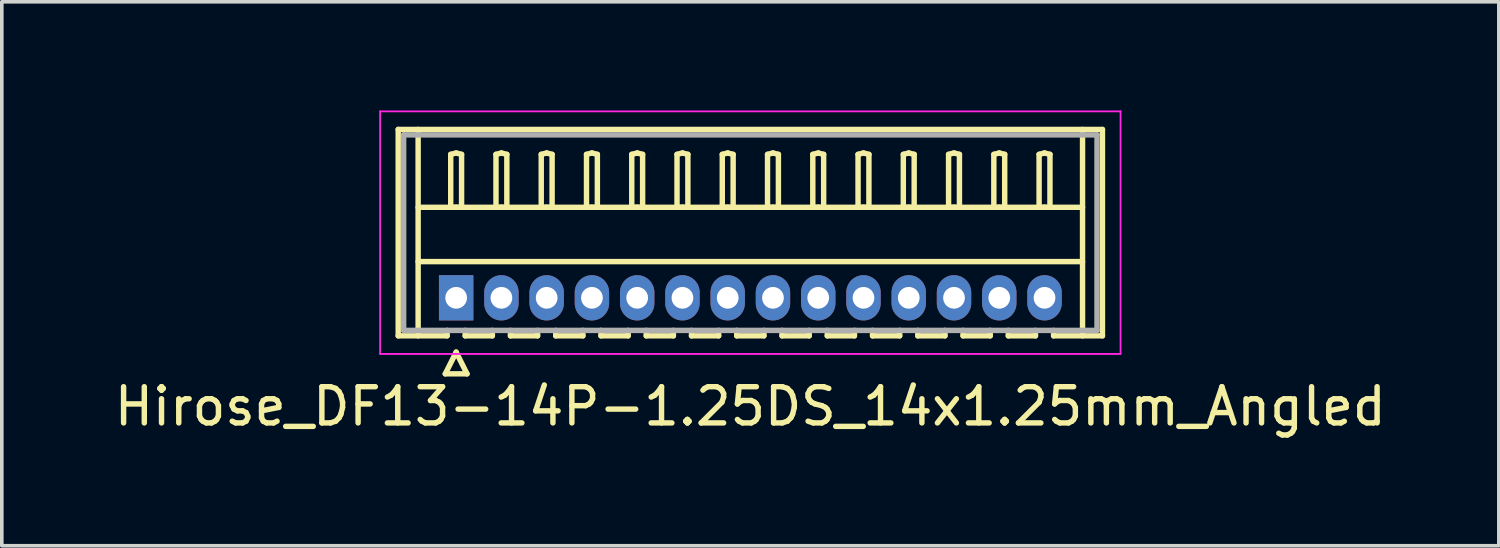
<source format=kicad_pcb>
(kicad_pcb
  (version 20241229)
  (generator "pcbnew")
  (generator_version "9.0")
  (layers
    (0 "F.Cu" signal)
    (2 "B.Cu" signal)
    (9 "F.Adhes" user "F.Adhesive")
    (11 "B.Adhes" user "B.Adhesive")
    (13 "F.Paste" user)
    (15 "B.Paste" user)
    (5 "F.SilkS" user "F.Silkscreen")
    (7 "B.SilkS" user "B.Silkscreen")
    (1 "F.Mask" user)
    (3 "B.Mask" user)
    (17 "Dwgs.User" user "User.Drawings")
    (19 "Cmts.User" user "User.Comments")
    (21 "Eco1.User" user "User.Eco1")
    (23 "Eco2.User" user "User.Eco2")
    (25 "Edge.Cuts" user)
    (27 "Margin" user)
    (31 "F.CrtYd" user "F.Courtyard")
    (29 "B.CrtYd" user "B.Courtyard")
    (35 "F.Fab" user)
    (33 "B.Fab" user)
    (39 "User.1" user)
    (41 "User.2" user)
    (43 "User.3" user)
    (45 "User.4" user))
  (footprint "Hirose_DF13-14P-1.25DS_14x1.25mm_Angled"
    (layer "F.Cu")
    (at 9.548 5.175)
    (property "Reference" "Hirose_DF13-14P-1.25DS_14x1.25mm_Angled" (at 8.125 3 0) (layer "F.SilkS") (effects (font (size 1 1) (thickness 0.15))))
    (attr through_hole)
    (fp_line (start -1.6 -4.65) (end 17.85 -4.65) (stroke (width 0.15) (type solid)) (layer "F.SilkS"))
    (fp_line (start -1.6 1.05) (end -1.6 -4.65) (stroke (width 0.15) (type solid)) (layer "F.SilkS"))
    (fp_line (start -1.05 -4.65) (end -1.05 1.05) (stroke (width 0.15) (type solid)) (layer "F.SilkS"))
    (fp_line (start -1.05 -2.5) (end 17.3 -2.5) (stroke (width 0.15) (type solid)) (layer "F.SilkS"))
    (fp_line (start -1.05 -1) (end 17.3 -1) (stroke (width 0.15) (type solid)) (layer "F.SilkS"))
    (fp_line (start -0.3 2.1) (end 0.3 2.1) (stroke (width 0.15) (type solid)) (layer "F.SilkS"))
    (fp_line (start -0.25 0.9) (end -0.25 1.05) (stroke (width 0.15) (type solid)) (layer "F.SilkS"))
    (fp_line (start -0.25 1.05) (end -1.6 1.05) (stroke (width 0.15) (type solid)) (layer "F.SilkS"))
    (fp_line (start -0.15 -3.962) (end 0 -4) (stroke (width 0.15) (type solid)) (layer "F.SilkS"))
    (fp_line (start -0.15 -2.5) (end -0.15 -3.962) (stroke (width 0.15) (type solid)) (layer "F.SilkS"))
    (fp_line (start 0 -4) (end 0.15 -3.962) (stroke (width 0.15) (type solid)) (layer "F.SilkS"))
    (fp_line (start 0 -2.5) (end -0.15 -2.5) (stroke (width 0.15) (type solid)) (layer "F.SilkS"))
    (fp_line (start 0 1.5) (end -0.3 2.1) (stroke (width 0.15) (type solid)) (layer "F.SilkS"))
    (fp_line (start 0.15 -3.962) (end 0.15 -2.5) (stroke (width 0.15) (type solid)) (layer "F.SilkS"))
    (fp_line (start 0.15 -2.5) (end 0 -2.5) (stroke (width 0.15) (type solid)) (layer "F.SilkS"))
    (fp_line (start 0.25 0.9) (end 0.25 1.05) (stroke (width 0.15) (type solid)) (layer "F.SilkS"))
    (fp_line (start 0.25 1.05) (end 1 1.05) (stroke (width 0.15) (type solid)) (layer "F.SilkS"))
    (fp_line (start 0.3 2.1) (end 0 1.5) (stroke (width 0.15) (type solid)) (layer "F.SilkS"))
    (fp_line (start 1 1.05) (end 1 0.9) (stroke (width 0.15) (type solid)) (layer "F.SilkS"))
    (fp_line (start 1.1 -3.962) (end 1.25 -4) (stroke (width 0.15) (type solid)) (layer "F.SilkS"))
    (fp_line (start 1.1 -2.5) (end 1.1 -3.962) (stroke (width 0.15) (type solid)) (layer "F.SilkS"))
    (fp_line (start 1.25 -4) (end 1.4 -3.962) (stroke (width 0.15) (type solid)) (layer "F.SilkS"))
    (fp_line (start 1.25 -2.5) (end 1.1 -2.5) (stroke (width 0.15) (type solid)) (layer "F.SilkS"))
    (fp_line (start 1.4 -3.962) (end 1.4 -2.5) (stroke (width 0.15) (type solid)) (layer "F.SilkS"))
    (fp_line (start 1.4 -2.5) (end 1.25 -2.5) (stroke (width 0.15) (type solid)) (layer "F.SilkS"))
    (fp_line (start 1.5 0.9) (end 1.5 1.05) (stroke (width 0.15) (type solid)) (layer "F.SilkS"))
    (fp_line (start 1.5 1.05) (end 2.25 1.05) (stroke (width 0.15) (type solid)) (layer "F.SilkS"))
    (fp_line (start 2.25 1.05) (end 2.25 0.9) (stroke (width 0.15) (type solid)) (layer "F.SilkS"))
    (fp_line (start 2.35 -3.962) (end 2.5 -4) (stroke (width 0.15) (type solid)) (layer "F.SilkS"))
    (fp_line (start 2.35 -2.5) (end 2.35 -3.962) (stroke (width 0.15) (type solid)) (layer "F.SilkS"))
    (fp_line (start 2.5 -4) (end 2.65 -3.962) (stroke (width 0.15) (type solid)) (layer "F.SilkS"))
    (fp_line (start 2.5 -2.5) (end 2.35 -2.5) (stroke (width 0.15) (type solid)) (layer "F.SilkS"))
    (fp_line (start 2.65 -3.962) (end 2.65 -2.5) (stroke (width 0.15) (type solid)) (layer "F.SilkS"))
    (fp_line (start 2.65 -2.5) (end 2.5 -2.5) (stroke (width 0.15) (type solid)) (layer "F.SilkS"))
    (fp_line (start 2.75 0.9) (end 2.75 1.05) (stroke (width 0.15) (type solid)) (layer "F.SilkS"))
    (fp_line (start 2.75 1.05) (end 3.5 1.05) (stroke (width 0.15) (type solid)) (layer "F.SilkS"))
    (fp_line (start 3.5 1.05) (end 3.5 0.9) (stroke (width 0.15) (type solid)) (layer "F.SilkS"))
    (fp_line (start 3.6 -3.962) (end 3.75 -4) (stroke (width 0.15) (type solid)) (layer "F.SilkS"))
    (fp_line (start 3.6 -2.5) (end 3.6 -3.962) (stroke (width 0.15) (type solid)) (layer "F.SilkS"))
    (fp_line (start 3.75 -4) (end 3.9 -3.962) (stroke (width 0.15) (type solid)) (layer "F.SilkS"))
    (fp_line (start 3.75 -2.5) (end 3.6 -2.5) (stroke (width 0.15) (type solid)) (layer "F.SilkS"))
    (fp_line (start 3.9 -3.962) (end 3.9 -2.5) (stroke (width 0.15) (type solid)) (layer "F.SilkS"))
    (fp_line (start 3.9 -2.5) (end 3.75 -2.5) (stroke (width 0.15) (type solid)) (layer "F.SilkS"))
    (fp_line (start 4 0.9) (end 4 1.05) (stroke (width 0.15) (type solid)) (layer "F.SilkS"))
    (fp_line (start 4 1.05) (end 4.75 1.05) (stroke (width 0.15) (type solid)) (layer "F.SilkS"))
    (fp_line (start 4.75 1.05) (end 4.75 0.9) (stroke (width 0.15) (type solid)) (layer "F.SilkS"))
    (fp_line (start 4.85 -3.962) (end 5 -4) (stroke (width 0.15) (type solid)) (layer "F.SilkS"))
    (fp_line (start 4.85 -2.5) (end 4.85 -3.962) (stroke (width 0.15) (type solid)) (layer "F.SilkS"))
    (fp_line (start 5 -4) (end 5.15 -3.962) (stroke (width 0.15) (type solid)) (layer "F.SilkS"))
    (fp_line (start 5 -2.5) (end 4.85 -2.5) (stroke (width 0.15) (type solid)) (layer "F.SilkS"))
    (fp_line (start 5.15 -3.962) (end 5.15 -2.5) (stroke (width 0.15) (type solid)) (layer "F.SilkS"))
    (fp_line (start 5.15 -2.5) (end 5 -2.5) (stroke (width 0.15) (type solid)) (layer "F.SilkS"))
    (fp_line (start 5.25 0.9) (end 5.25 1.05) (stroke (width 0.15) (type solid)) (layer "F.SilkS"))
    (fp_line (start 5.25 1.05) (end 6 1.05) (stroke (width 0.15) (type solid)) (layer "F.SilkS"))
    (fp_line (start 6 1.05) (end 6 0.9) (stroke (width 0.15) (type solid)) (layer "F.SilkS"))
    (fp_line (start 6.1 -3.962) (end 6.25 -4) (stroke (width 0.15) (type solid)) (layer "F.SilkS"))
    (fp_line (start 6.1 -2.5) (end 6.1 -3.962) (stroke (width 0.15) (type solid)) (layer "F.SilkS"))
    (fp_line (start 6.25 -4) (end 6.4 -3.962) (stroke (width 0.15) (type solid)) (layer "F.SilkS"))
    (fp_line (start 6.25 -2.5) (end 6.1 -2.5) (stroke (width 0.15) (type solid)) (layer "F.SilkS"))
    (fp_line (start 6.4 -3.962) (end 6.4 -2.5) (stroke (width 0.15) (type solid)) (layer "F.SilkS"))
    (fp_line (start 6.4 -2.5) (end 6.25 -2.5) (stroke (width 0.15) (type solid)) (layer "F.SilkS"))
    (fp_line (start 6.5 0.9) (end 6.5 1.05) (stroke (width 0.15) (type solid)) (layer "F.SilkS"))
    (fp_line (start 6.5 1.05) (end 7.25 1.05) (stroke (width 0.15) (type solid)) (layer "F.SilkS"))
    (fp_line (start 7.25 1.05) (end 7.25 0.9) (stroke (width 0.15) (type solid)) (layer "F.SilkS"))
    (fp_line (start 7.35 -3.962) (end 7.5 -4) (stroke (width 0.15) (type solid)) (layer "F.SilkS"))
    (fp_line (start 7.35 -2.5) (end 7.35 -3.962) (stroke (width 0.15) (type solid)) (layer "F.SilkS"))
    (fp_line (start 7.5 -4) (end 7.65 -3.962) (stroke (width 0.15) (type solid)) (layer "F.SilkS"))
    (fp_line (start 7.5 -2.5) (end 7.35 -2.5) (stroke (width 0.15) (type solid)) (layer "F.SilkS"))
    (fp_line (start 7.65 -3.962) (end 7.65 -2.5) (stroke (width 0.15) (type solid)) (layer "F.SilkS"))
    (fp_line (start 7.65 -2.5) (end 7.5 -2.5) (stroke (width 0.15) (type solid)) (layer "F.SilkS"))
    (fp_line (start 7.75 0.9) (end 7.75 1.05) (stroke (width 0.15) (type solid)) (layer "F.SilkS"))
    (fp_line (start 7.75 1.05) (end 8.5 1.05) (stroke (width 0.15) (type solid)) (layer "F.SilkS"))
    (fp_line (start 8.5 1.05) (end 8.5 0.9) (stroke (width 0.15) (type solid)) (layer "F.SilkS"))
    (fp_line (start 8.6 -3.962) (end 8.75 -4) (stroke (width 0.15) (type solid)) (layer "F.SilkS"))
    (fp_line (start 8.6 -2.5) (end 8.6 -3.962) (stroke (width 0.15) (type solid)) (layer "F.SilkS"))
    (fp_line (start 8.75 -4) (end 8.9 -3.962) (stroke (width 0.15) (type solid)) (layer "F.SilkS"))
    (fp_line (start 8.75 -2.5) (end 8.6 -2.5) (stroke (width 0.15) (type solid)) (layer "F.SilkS"))
    (fp_line (start 8.9 -3.962) (end 8.9 -2.5) (stroke (width 0.15) (type solid)) (layer "F.SilkS"))
    (fp_line (start 8.9 -2.5) (end 8.75 -2.5) (stroke (width 0.15) (type solid)) (layer "F.SilkS"))
    (fp_line (start 9 0.9) (end 9 1.05) (stroke (width 0.15) (type solid)) (layer "F.SilkS"))
    (fp_line (start 9 1.05) (end 9.75 1.05) (stroke (width 0.15) (type solid)) (layer "F.SilkS"))
    (fp_line (start 9.75 1.05) (end 9.75 0.9) (stroke (width 0.15) (type solid)) (layer "F.SilkS"))
    (fp_line (start 9.85 -3.962) (end 10 -4) (stroke (width 0.15) (type solid)) (layer "F.SilkS"))
    (fp_line (start 9.85 -2.5) (end 9.85 -3.962) (stroke (width 0.15) (type solid)) (layer "F.SilkS"))
    (fp_line (start 10 -4) (end 10.15 -3.962) (stroke (width 0.15) (type solid)) (layer "F.SilkS"))
    (fp_line (start 10 -2.5) (end 9.85 -2.5) (stroke (width 0.15) (type solid)) (layer "F.SilkS"))
    (fp_line (start 10.15 -3.962) (end 10.15 -2.5) (stroke (width 0.15) (type solid)) (layer "F.SilkS"))
    (fp_line (start 10.15 -2.5) (end 10 -2.5) (stroke (width 0.15) (type solid)) (layer "F.SilkS"))
    (fp_line (start 10.25 0.9) (end 10.25 1.05) (stroke (width 0.15) (type solid)) (layer "F.SilkS"))
    (fp_line (start 10.25 1.05) (end 11 1.05) (stroke (width 0.15) (type solid)) (layer "F.SilkS"))
    (fp_line (start 11 1.05) (end 11 0.9) (stroke (width 0.15) (type solid)) (layer "F.SilkS"))
    (fp_line (start 11.1 -3.962) (end 11.25 -4) (stroke (width 0.15) (type solid)) (layer "F.SilkS"))
    (fp_line (start 11.1 -2.5) (end 11.1 -3.962) (stroke (width 0.15) (type solid)) (layer "F.SilkS"))
    (fp_line (start 11.25 -4) (end 11.4 -3.962) (stroke (width 0.15) (type solid)) (layer "F.SilkS"))
    (fp_line (start 11.25 -2.5) (end 11.1 -2.5) (stroke (width 0.15) (type solid)) (layer "F.SilkS"))
    (fp_line (start 11.4 -3.962) (end 11.4 -2.5) (stroke (width 0.15) (type solid)) (layer "F.SilkS"))
    (fp_line (start 11.4 -2.5) (end 11.25 -2.5) (stroke (width 0.15) (type solid)) (layer "F.SilkS"))
    (fp_line (start 11.5 0.9) (end 11.5 1.05) (stroke (width 0.15) (type solid)) (layer "F.SilkS"))
    (fp_line (start 11.5 1.05) (end 12.25 1.05) (stroke (width 0.15) (type solid)) (layer "F.SilkS"))
    (fp_line (start 12.25 1.05) (end 12.25 0.9) (stroke (width 0.15) (type solid)) (layer "F.SilkS"))
    (fp_line (start 12.35 -3.962) (end 12.5 -4) (stroke (width 0.15) (type solid)) (layer "F.SilkS"))
    (fp_line (start 12.35 -2.5) (end 12.35 -3.962) (stroke (width 0.15) (type solid)) (layer "F.SilkS"))
    (fp_line (start 12.5 -4) (end 12.65 -3.962) (stroke (width 0.15) (type solid)) (layer "F.SilkS"))
    (fp_line (start 12.5 -2.5) (end 12.35 -2.5) (stroke (width 0.15) (type solid)) (layer "F.SilkS"))
    (fp_line (start 12.65 -3.962) (end 12.65 -2.5) (stroke (width 0.15) (type solid)) (layer "F.SilkS"))
    (fp_line (start 12.65 -2.5) (end 12.5 -2.5) (stroke (width 0.15) (type solid)) (layer "F.SilkS"))
    (fp_line (start 12.75 0.9) (end 12.75 1.05) (stroke (width 0.15) (type solid)) (layer "F.SilkS"))
    (fp_line (start 12.75 1.05) (end 13.5 1.05) (stroke (width 0.15) (type solid)) (layer "F.SilkS"))
    (fp_line (start 13.5 1.05) (end 13.5 0.9) (stroke (width 0.15) (type solid)) (layer "F.SilkS"))
    (fp_line (start 13.6 -3.962) (end 13.75 -4) (stroke (width 0.15) (type solid)) (layer "F.SilkS"))
    (fp_line (start 13.6 -2.5) (end 13.6 -3.962) (stroke (width 0.15) (type solid)) (layer "F.SilkS"))
    (fp_line (start 13.75 -4) (end 13.9 -3.962) (stroke (width 0.15) (type solid)) (layer "F.SilkS"))
    (fp_line (start 13.75 -2.5) (end 13.6 -2.5) (stroke (width 0.15) (type solid)) (layer "F.SilkS"))
    (fp_line (start 13.9 -3.962) (end 13.9 -2.5) (stroke (width 0.15) (type solid)) (layer "F.SilkS"))
    (fp_line (start 13.9 -2.5) (end 13.75 -2.5) (stroke (width 0.15) (type solid)) (layer "F.SilkS"))
    (fp_line (start 14 0.9) (end 14 1.05) (stroke (width 0.15) (type solid)) (layer "F.SilkS"))
    (fp_line (start 14 1.05) (end 14.75 1.05) (stroke (width 0.15) (type solid)) (layer "F.SilkS"))
    (fp_line (start 14.75 1.05) (end 14.75 0.9) (stroke (width 0.15) (type solid)) (layer "F.SilkS"))
    (fp_line (start 14.85 -3.962) (end 15 -4) (stroke (width 0.15) (type solid)) (layer "F.SilkS"))
    (fp_line (start 14.85 -2.5) (end 14.85 -3.962) (stroke (width 0.15) (type solid)) (layer "F.SilkS"))
    (fp_line (start 15 -4) (end 15.15 -3.962) (stroke (width 0.15) (type solid)) (layer "F.SilkS"))
    (fp_line (start 15 -2.5) (end 14.85 -2.5) (stroke (width 0.15) (type solid)) (layer "F.SilkS"))
    (fp_line (start 15.15 -3.962) (end 15.15 -2.5) (stroke (width 0.15) (type solid)) (layer "F.SilkS"))
    (fp_line (start 15.15 -2.5) (end 15 -2.5) (stroke (width 0.15) (type solid)) (layer "F.SilkS"))
    (fp_line (start 15.25 0.9) (end 15.25 1.05) (stroke (width 0.15) (type solid)) (layer "F.SilkS"))
    (fp_line (start 15.25 1.05) (end 16 1.05) (stroke (width 0.15) (type solid)) (layer "F.SilkS"))
    (fp_line (start 16 1.05) (end 16 0.9) (stroke (width 0.15) (type solid)) (layer "F.SilkS"))
    (fp_line (start 16.1 -3.962) (end 16.25 -4) (stroke (width 0.15) (type solid)) (layer "F.SilkS"))
    (fp_line (start 16.1 -2.5) (end 16.1 -3.962) (stroke (width 0.15) (type solid)) (layer "F.SilkS"))
    (fp_line (start 16.25 -4) (end 16.4 -3.962) (stroke (width 0.15) (type solid)) (layer "F.SilkS"))
    (fp_line (start 16.25 -2.5) (end 16.1 -2.5) (stroke (width 0.15) (type solid)) (layer "F.SilkS"))
    (fp_line (start 16.4 -3.962) (end 16.4 -2.5) (stroke (width 0.15) (type solid)) (layer "F.SilkS"))
    (fp_line (start 16.4 -2.5) (end 16.25 -2.5) (stroke (width 0.15) (type solid)) (layer "F.SilkS"))
    (fp_line (start 16.5 1.05) (end 16.5 0.9) (stroke (width 0.15) (type solid)) (layer "F.SilkS"))
    (fp_line (start 17.3 -4.65) (end 17.3 1.05) (stroke (width 0.15) (type solid)) (layer "F.SilkS"))
    (fp_line (start 17.85 -4.65) (end 17.85 1.05) (stroke (width 0.15) (type solid)) (layer "F.SilkS"))
    (fp_line (start 17.85 1.05) (end 16.5 1.05) (stroke (width 0.15) (type solid)) (layer "F.SilkS"))
    (fp_line (start -2.1 -5.15) (end -2.1 1.55) (stroke (width 0.05) (type solid)) (layer "F.CrtYd"))
    (fp_line (start -2.1 1.55) (end 18.35 1.55) (stroke (width 0.05) (type solid)) (layer "F.CrtYd"))
    (fp_line (start 18.35 -5.15) (end -2.1 -5.15) (stroke (width 0.05) (type solid)) (layer "F.CrtYd"))
    (fp_line (start 18.35 1.55) (end 18.35 -5.15) (stroke (width 0.05) (type solid)) (layer "F.CrtYd"))
    (fp_line (start -1.45 -4.5) (end -1.45 0.9) (stroke (width 0.15) (type solid)) (layer "F.Fab"))
    (fp_line (start -1.45 0.9) (end 17.7 0.9) (stroke (width 0.15) (type solid)) (layer "F.Fab"))
    (fp_line (start 17.7 -4.5) (end -1.45 -4.5) (stroke (width 0.15) (type solid)) (layer "F.Fab"))
    (fp_line (start 17.7 0.9) (end 17.7 -4.5) (stroke (width 0.15) (type solid)) (layer "F.Fab"))
    (pad "1" thru_hole rect (at 0 0) (size 0.95 1.25) (drill 0.6) (layers "*.Cu" "*.Mask"))
    (pad "2" thru_hole oval (at 1.25 0) (size 0.95 1.25) (drill 0.6) (layers "*.Cu" "*.Mask"))
    (pad "3" thru_hole oval (at 2.5 0) (size 0.95 1.25) (drill 0.6) (layers "*.Cu" "*.Mask"))
    (pad "4" thru_hole oval (at 3.75 0) (size 0.95 1.25) (drill 0.6) (layers "*.Cu" "*.Mask"))
    (pad "5" thru_hole oval (at 5 0) (size 0.95 1.25) (drill 0.6) (layers "*.Cu" "*.Mask"))
    (pad "6" thru_hole oval (at 6.25 0) (size 0.95 1.25) (drill 0.6) (layers "*.Cu" "*.Mask"))
    (pad "7" thru_hole oval (at 7.5 0) (size 0.95 1.25) (drill 0.6) (layers "*.Cu" "*.Mask"))
    (pad "8" thru_hole oval (at 8.75 0) (size 0.95 1.25) (drill 0.6) (layers "*.Cu" "*.Mask"))
    (pad "9" thru_hole oval (at 10 0) (size 0.95 1.25) (drill 0.6) (layers "*.Cu" "*.Mask"))
    (pad "10" thru_hole oval (at 11.25 0) (size 0.95 1.25) (drill 0.6) (layers "*.Cu" "*.Mask"))
    (pad "11" thru_hole oval (at 12.5 0) (size 0.95 1.25) (drill 0.6) (layers "*.Cu" "*.Mask"))
    (pad "12" thru_hole oval (at 13.75 0) (size 0.95 1.25) (drill 0.6) (layers "*.Cu" "*.Mask"))
    (pad "13" thru_hole oval (at 15 0) (size 0.95 1.25) (drill 0.6) (layers "*.Cu" "*.Mask"))
    (pad "14" thru_hole oval (at 16.25 0) (size 0.95 1.25) (drill 0.6) (layers "*.Cu" "*.Mask")))
  (gr_rect
    (start -3 -3)
    (end 38.345 12.023)
    (stroke (width 0.1) (type default))
    (fill no)
    (layer "Edge.Cuts")))
</source>
